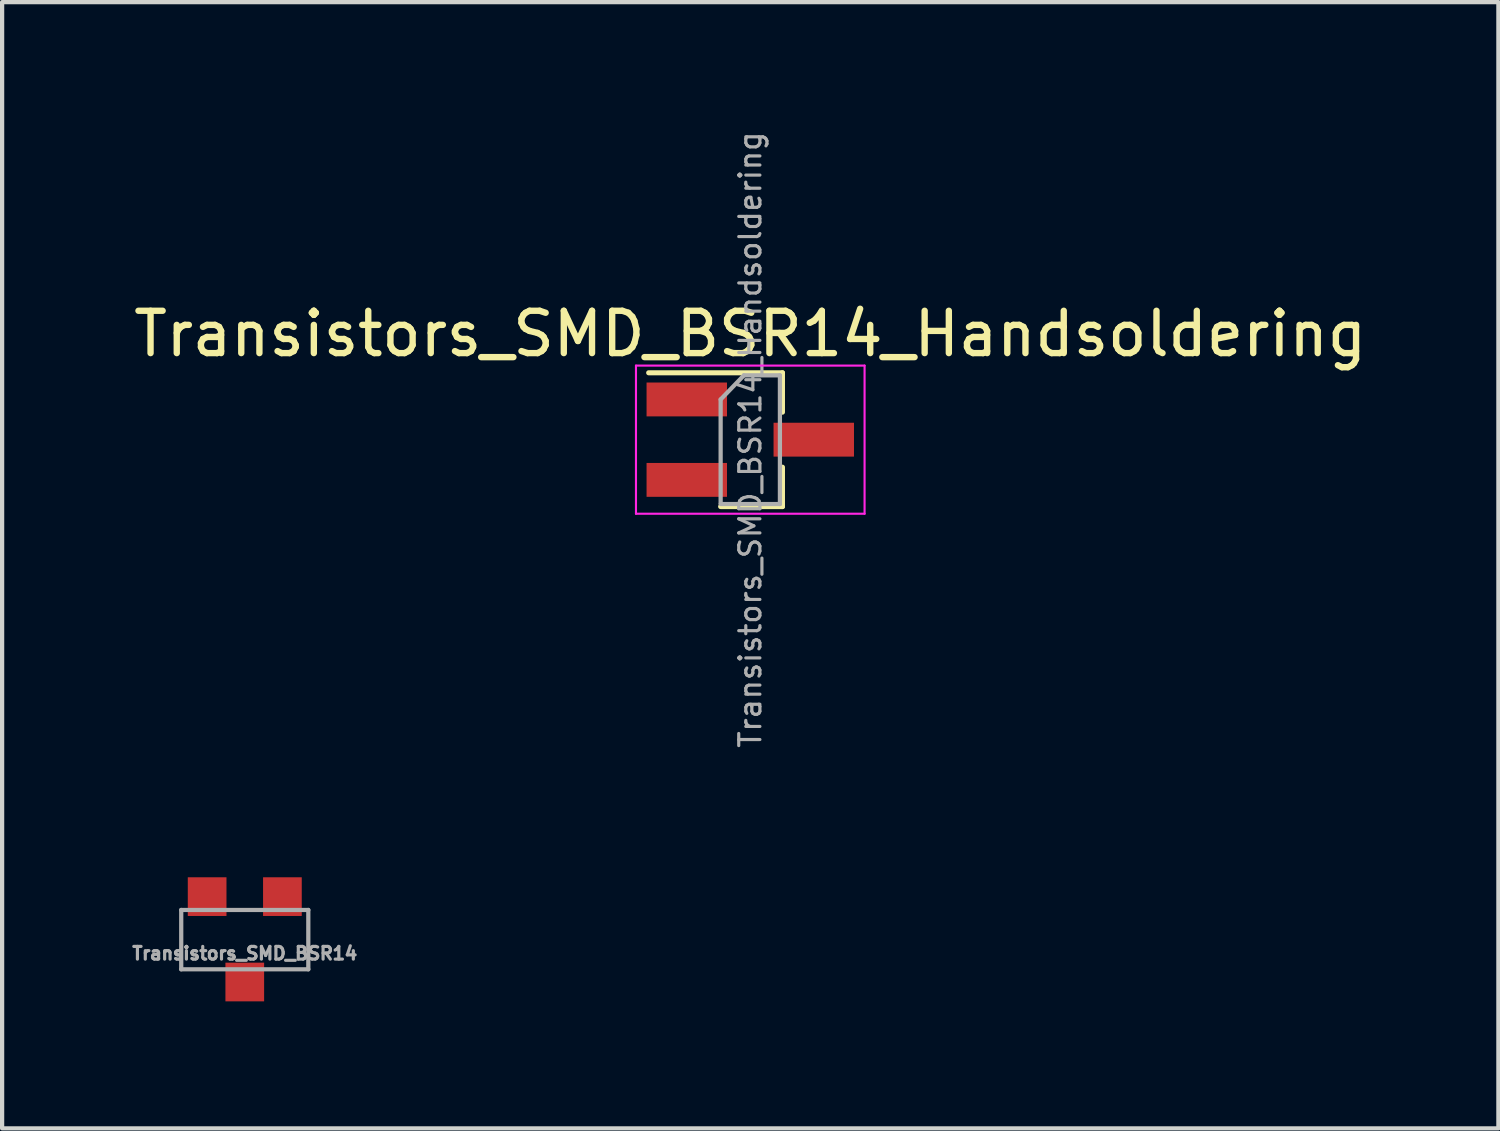
<source format=kicad_pcb>
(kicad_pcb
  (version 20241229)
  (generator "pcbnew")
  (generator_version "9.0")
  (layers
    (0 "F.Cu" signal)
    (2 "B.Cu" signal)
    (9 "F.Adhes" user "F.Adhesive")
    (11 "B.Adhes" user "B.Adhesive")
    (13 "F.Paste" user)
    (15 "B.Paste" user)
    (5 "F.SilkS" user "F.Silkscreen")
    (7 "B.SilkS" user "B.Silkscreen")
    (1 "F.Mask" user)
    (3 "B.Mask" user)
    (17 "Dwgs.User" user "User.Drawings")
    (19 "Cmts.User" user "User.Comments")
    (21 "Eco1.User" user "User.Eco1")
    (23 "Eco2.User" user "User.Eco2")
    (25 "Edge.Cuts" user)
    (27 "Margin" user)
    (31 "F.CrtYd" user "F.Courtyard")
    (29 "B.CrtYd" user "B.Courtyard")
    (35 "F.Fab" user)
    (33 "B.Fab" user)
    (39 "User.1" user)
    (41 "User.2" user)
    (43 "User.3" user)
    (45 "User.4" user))
  (footprint "Transistors_SMD_BSR14"
    (layer "F.Cu")
    (at 2.732 19.146)
    (property "Reference" "Transistors_SMD_BSR14" (at 0 0.325 0) (layer "F.Fab") (effects (font (size 0.3 0.3) (thickness 0.075))))
    (attr through_hole)
    (fp_line (start -1.501 -0.701) (end 1.501 -0.701) (stroke (width 0.1) (type solid)) (layer "F.Fab"))
    (fp_line (start -1.501 0.701) (end -1.501 -0.701) (stroke (width 0.1) (type solid)) (layer "F.Fab"))
    (fp_line (start 1.501 -0.701) (end 1.501 0.701) (stroke (width 0.1) (type solid)) (layer "F.Fab"))
    (fp_line (start 1.501 0.701) (end -1.501 0.701) (stroke (width 0.1) (type solid)) (layer "F.Fab"))
    (pad "1" smd rect (at 0.889 -1.016) (size 0.914 0.914) (layers "F.Cu" "F.Mask" "F.Paste"))
    (pad "2" smd rect (at -0.889 -1.016) (size 0.914 0.914) (layers "F.Cu" "F.Mask" "F.Paste"))
    (pad "3" smd rect (at 0 1.001) (size 0.914 0.914) (layers "F.Cu" "F.Mask" "F.Paste")))
  (footprint "Transistors_SMD_BSR14_Handsoldering"
    (layer "F.Cu")
    (at 14.673 7.336)
    (property "Reference" "Transistors_SMD_BSR14_Handsoldering" (at 0 -2.5 0) (layer "F.SilkS") (effects (font (size 1 1) (thickness 0.15))))
    (attr smd)
    (fp_line (start 0.76 -1.58) (end -2.4 -1.58) (stroke (width 0.12) (type solid)) (layer "F.SilkS"))
    (fp_line (start 0.76 -1.58) (end 0.76 -0.65) (stroke (width 0.12) (type solid)) (layer "F.SilkS"))
    (fp_line (start 0.76 1.58) (end -0.7 1.58) (stroke (width 0.12) (type solid)) (layer "F.SilkS"))
    (fp_line (start 0.76 1.58) (end 0.76 0.65) (stroke (width 0.12) (type solid)) (layer "F.SilkS"))
    (fp_line (start -2.7 -1.75) (end 2.7 -1.75) (stroke (width 0.05) (type solid)) (layer "F.CrtYd"))
    (fp_line (start -2.7 1.75) (end -2.7 -1.75) (stroke (width 0.05) (type solid)) (layer "F.CrtYd"))
    (fp_line (start 2.7 -1.75) (end 2.7 1.75) (stroke (width 0.05) (type solid)) (layer "F.CrtYd"))
    (fp_line (start 2.7 1.75) (end -2.7 1.75) (stroke (width 0.05) (type solid)) (layer "F.CrtYd"))
    (fp_line (start -0.7 -0.95) (end -0.7 1.5) (stroke (width 0.1) (type solid)) (layer "F.Fab"))
    (fp_line (start -0.7 -0.95) (end -0.15 -1.52) (stroke (width 0.1) (type solid)) (layer "F.Fab"))
    (fp_line (start -0.7 1.52) (end 0.7 1.52) (stroke (width 0.1) (type solid)) (layer "F.Fab"))
    (fp_line (start -0.15 -1.52) (end 0.7 -1.52) (stroke (width 0.1) (type solid)) (layer "F.Fab"))
    (fp_line (start 0.7 -1.52) (end 0.7 1.52) (stroke (width 0.1) (type solid)) (layer "F.Fab"))
    (fp_text user "${REFERENCE}" (at 0 0 90) (layer "F.Fab") (effects (font (size 0.5 0.5) (thickness 0.075))))
    (pad "1" smd rect (at -1.5 -0.95) (size 1.9 0.8) (layers "F.Cu" "F.Mask" "F.Paste"))
    (pad "2" smd rect (at -1.5 0.95) (size 1.9 0.8) (layers "F.Cu" "F.Mask" "F.Paste"))
    (pad "3" smd rect (at 1.5 0) (size 1.9 0.8) (layers "F.Cu" "F.Mask" "F.Paste")))
  (gr_rect
    (start -3 -3)
    (end 32.345 23.604)
    (stroke (width 0.1) (type default))
    (fill no)
    (layer "Edge.Cuts")))
</source>
